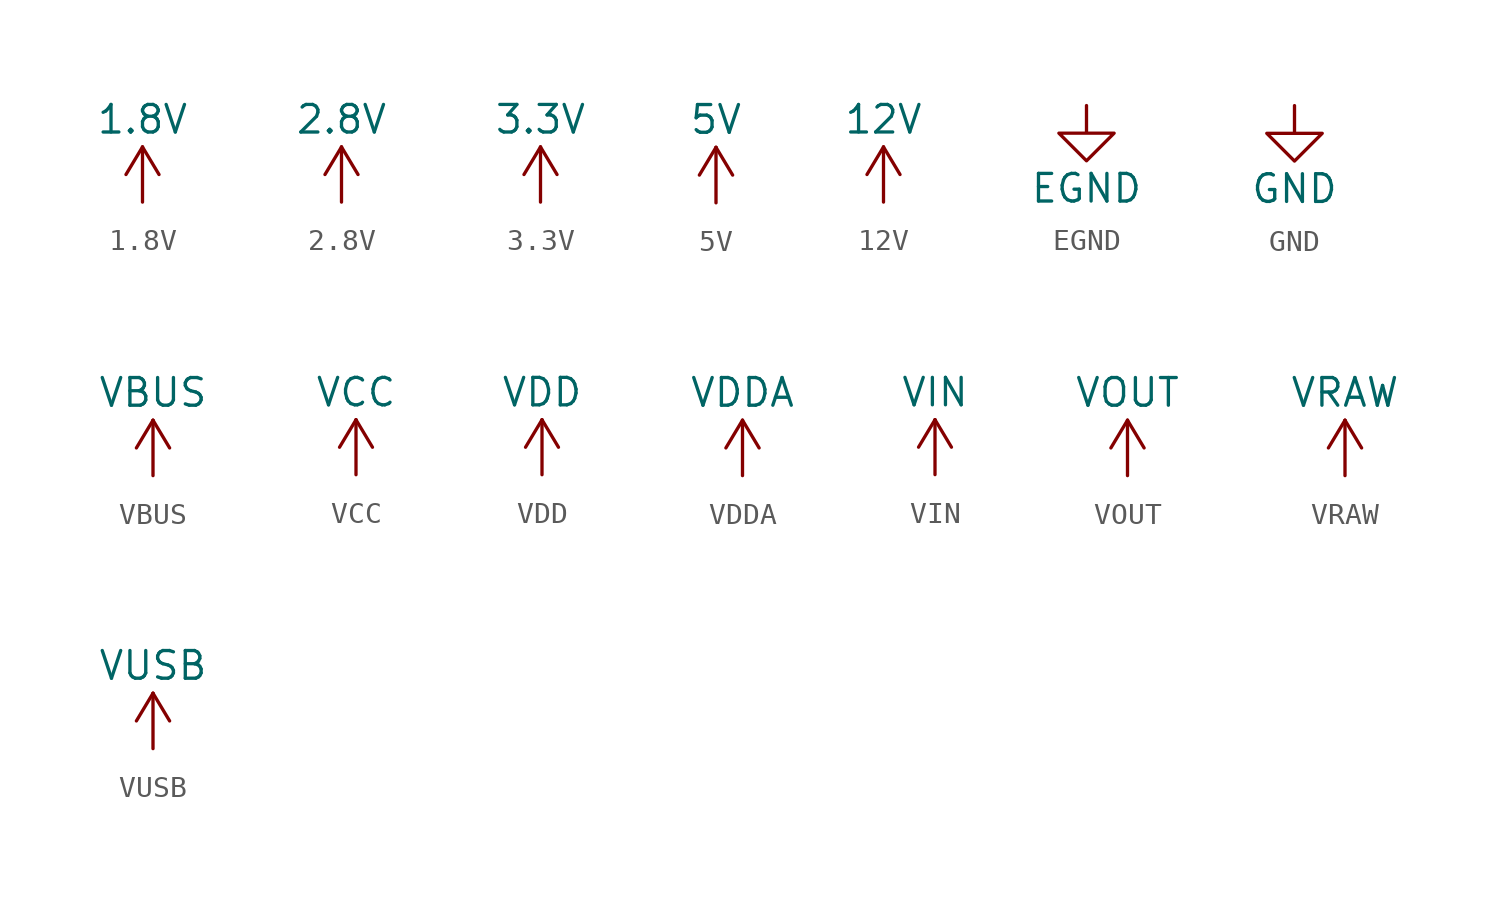
<source format=kicad_sym>
(kicad_symbol_lib
  (version 20241209)
  (generator "kicad_symbol_editor")
  (generator_version "9.0")
  (symbol "1.8V"
    (power)
    (pin_names
      (offset 0))
    (property "Reference" "#PWR"
      (at 0 -3.81 0)
      (effects (font (size 1.27 1.27)) (hide yes)))
    (property "Value" "1.8V"
      (at 0 3.81 0)
      (do_not_autoplace)
      (effects (font (size 1.27 1.27))))
    (symbol "1.8V_0_1"
      (polyline (pts (xy 0 2.54) (xy 0.762 1.27)) (stroke (width 0) (type default)) (fill (type none)))
      (polyline (pts (xy 0 0) (xy 0 2.54)) (stroke (width 0) (type default)) (fill (type none))))
    (symbol "1.8V_1_1"
      (polyline (pts (xy -0.762 1.27) (xy 0 2.54)) (stroke (width 0) (type default)) (fill (type none)))
      (pin power_in line (at 0 0 90) (length 0) (hide yes) (name "1.8V" (effects (font (size 1.27 1.27)))) (number "1" (effects (font (size 1.27 1.27)))))))
  (symbol "2.8V"
    (power)
    (pin_names
      (offset 0))
    (property "Reference" "#PWR"
      (at 0 -3.81 0)
      (effects (font (size 1.27 1.27)) (hide yes)))
    (property "Value" "2.8V"
      (at 0 3.81 0)
      (do_not_autoplace)
      (effects (font (size 1.27 1.27))))
    (symbol "2.8V_0_1"
      (polyline (pts (xy 0 2.54) (xy 0.762 1.27)) (stroke (width 0) (type default)) (fill (type none)))
      (polyline (pts (xy 0 0) (xy 0 2.54)) (stroke (width 0) (type default)) (fill (type none))))
    (symbol "2.8V_1_1"
      (polyline (pts (xy -0.762 1.27) (xy 0 2.54)) (stroke (width 0) (type default)) (fill (type none)))
      (pin power_in line (at 0 0 90) (length 0) (hide yes) (name "2.8V" (effects (font (size 1.27 1.27)))) (number "1" (effects (font (size 1.27 1.27)))))))
  (symbol "3.3V"
    (power)
    (pin_names
      (offset 0))
    (property "Reference" "#PWR"
      (at 0 -3.81 0)
      (effects (font (size 1.27 1.27)) (hide yes)))
    (property "Value" "3.3V"
      (at 0 3.81 0)
      (do_not_autoplace)
      (effects (font (size 1.27 1.27))))
    (symbol "3.3V_0_1"
      (polyline (pts (xy -0.762 1.27) (xy 0 2.54)) (stroke (width 0) (type default)) (fill (type none)))
      (polyline (pts (xy 0 2.54) (xy 0.762 1.27)) (stroke (width 0) (type default)) (fill (type none)))
      (polyline (pts (xy 0 0) (xy 0 2.54)) (stroke (width 0) (type default)) (fill (type none))))
    (symbol "3.3V_1_1"
      (pin power_in line (at 0 0 90) (length 0) (hide yes) (name "3.3V" (effects (font (size 1.27 1.27)))) (number "1" (effects (font (size 1.27 1.27)))))))
  (symbol "5V"
    (power)
    (pin_names
      (offset 0))
    (property "Reference" "#PWR"
      (at 0 -3.81 0)
      (effects (font (size 1.27 1.27)) (hide yes)))
    (property "Value" "5V"
      (at 0 3.81 0)
      (do_not_autoplace)
      (effects (font (size 1.27 1.27))))
    (symbol "5V_0_1"
      (polyline (pts (xy -0.762 1.27) (xy 0 2.54)) (stroke (width 0) (type default)) (fill (type none)))
      (polyline (pts (xy 0 2.54) (xy 0.762 1.27)) (stroke (width 0) (type default)) (fill (type none)))
      (polyline (pts (xy 0 0) (xy 0 2.54)) (stroke (width 0) (type default)) (fill (type none))))
    (symbol "5V_1_1"
      (pin power_in line (at 0 0 90) (length 0) (hide yes) (name "5V" (effects (font (size 1.27 1.27)))) (number "1" (effects (font (size 1.27 1.27)))))))
  (symbol "12V"
    (power)
    (pin_names
      (offset 0))
    (property "Reference" "#PWR"
      (at 0 -3.81 0)
      (effects (font (size 1.27 1.27)) (hide yes)))
    (property "Value" "12V"
      (at 0 3.81 0)
      (do_not_autoplace)
      (effects (font (size 1.27 1.27))))
    (symbol "12V_0_1"
      (polyline (pts (xy -0.762 1.27) (xy 0 2.54)) (stroke (width 0) (type default)) (fill (type none)))
      (polyline (pts (xy 0 2.54) (xy 0.762 1.27)) (stroke (width 0) (type default)) (fill (type none)))
      (polyline (pts (xy 0 0) (xy 0 2.54)) (stroke (width 0) (type default)) (fill (type none))))
    (symbol "12V_1_1"
      (pin power_in line (at 0 0 90) (length 0) (hide yes) (name "12V" (effects (font (size 1.27 1.27)))) (number "1" (effects (font (size 1.27 1.27)))))))
  (symbol "EGND"
    (power)
    (pin_names
      (offset 0))
    (property "Reference" "#PWR"
      (at 0 -6.35 0)
      (effects (font (size 1.27 1.27)) (hide yes)))
    (property "Value" "EGND"
      (at 0 -3.81 0)
      (do_not_autoplace)
      (effects (font (size 1.27 1.27))))
    (symbol "EGND_0_1"
      (polyline (pts (xy 0 0) (xy 0 -1.27) (xy 1.27 -1.27) (xy 0 -2.54) (xy -1.27 -1.27) (xy 0 -1.27)) (stroke (width 0) (type default)) (fill (type none))))
    (symbol "EGND_1_1"
      (pin power_in line (at 0 0 270) (length 0) (hide yes) (name "EGND" (effects (font (size 1.27 1.27)))) (number "1" (effects (font (size 1.27 1.27)))))))
  (symbol "GND"
    (power)
    (pin_names
      (offset 0))
    (property "Reference" "#PWR"
      (at 0 -6.35 0)
      (effects (font (size 1.27 1.27)) (hide yes)))
    (property "Value" "GND"
      (at 0 -3.81 0)
      (do_not_autoplace)
      (effects (font (size 1.27 1.27))))
    (symbol "GND_0_1"
      (polyline (pts (xy 0 0) (xy 0 -1.27) (xy 1.27 -1.27) (xy 0 -2.54) (xy -1.27 -1.27) (xy 0 -1.27)) (stroke (width 0) (type default)) (fill (type none))))
    (symbol "GND_1_1"
      (pin power_in line (at 0 0 270) (length 0) (hide yes) (name "GND" (effects (font (size 1.27 1.27)))) (number "1" (effects (font (size 1.27 1.27)))))))
  (symbol "VBUS"
    (power)
    (pin_names
      (offset 0))
    (property "Reference" "#PWR"
      (at 0 -3.81 0)
      (effects (font (size 1.27 1.27)) (hide yes)))
    (property "Value" "VBUS"
      (at 0 3.81 0)
      (do_not_autoplace)
      (effects (font (size 1.27 1.27))))
    (symbol "VBUS_0_1"
      (polyline (pts (xy -0.762 1.27) (xy 0 2.54)) (stroke (width 0) (type default)) (fill (type none)))
      (polyline (pts (xy 0 2.54) (xy 0.762 1.27)) (stroke (width 0) (type default)) (fill (type none)))
      (polyline (pts (xy 0 0) (xy 0 2.54)) (stroke (width 0) (type default)) (fill (type none))))
    (symbol "VBUS_1_1"
      (pin power_in line (at 0 0 90) (length 0) (hide yes) (name "VBUS" (effects (font (size 1.27 1.27)))) (number "1" (effects (font (size 1.27 1.27)))))))
  (symbol "VCC"
    (power)
    (pin_names
      (offset 0))
    (property "Reference" "#PWR"
      (at 0 -3.81 0)
      (effects (font (size 1.27 1.27)) (hide yes)))
    (property "Value" "VCC"
      (at 0 3.81 0)
      (do_not_autoplace)
      (effects (font (size 1.27 1.27))))
    (symbol "VCC_0_1"
      (polyline (pts (xy -0.762 1.27) (xy 0 2.54)) (stroke (width 0) (type default)) (fill (type none)))
      (polyline (pts (xy 0 2.54) (xy 0.762 1.27)) (stroke (width 0) (type default)) (fill (type none)))
      (polyline (pts (xy 0 0) (xy 0 2.54)) (stroke (width 0) (type default)) (fill (type none))))
    (symbol "VCC_1_1"
      (pin power_in line (at 0 0 90) (length 0) (hide yes) (name "VCC" (effects (font (size 1.27 1.27)))) (number "1" (effects (font (size 1.27 1.27)))))))
  (symbol "VDD"
    (power)
    (pin_names
      (offset 0))
    (property "Reference" "#PWR"
      (at 0 -3.81 0)
      (effects (font (size 1.27 1.27)) (hide yes)))
    (property "Value" "VDD"
      (at 0 3.81 0)
      (do_not_autoplace)
      (effects (font (size 1.27 1.27))))
    (symbol "VDD_0_1"
      (polyline (pts (xy -0.762 1.27) (xy 0 2.54)) (stroke (width 0) (type default)) (fill (type none)))
      (polyline (pts (xy 0 2.54) (xy 0.762 1.27)) (stroke (width 0) (type default)) (fill (type none)))
      (polyline (pts (xy 0 0) (xy 0 2.54)) (stroke (width 0) (type default)) (fill (type none))))
    (symbol "VDD_1_1"
      (pin power_in line (at 0 0 90) (length 0) (hide yes) (name "VDD" (effects (font (size 1.27 1.27)))) (number "1" (effects (font (size 1.27 1.27)))))))
  (symbol "VDDA"
    (power)
    (pin_names
      (offset 0))
    (property "Reference" "#PWR"
      (at 0 -3.81 0)
      (effects (font (size 1.27 1.27)) (hide yes)))
    (property "Value" "VDDA"
      (at 0 3.81 0)
      (do_not_autoplace)
      (effects (font (size 1.27 1.27))))
    (symbol "VDDA_0_1"
      (polyline (pts (xy -0.762 1.27) (xy 0 2.54)) (stroke (width 0) (type default)) (fill (type none)))
      (polyline (pts (xy 0 2.54) (xy 0.762 1.27)) (stroke (width 0) (type default)) (fill (type none)))
      (polyline (pts (xy 0 0) (xy 0 2.54)) (stroke (width 0) (type default)) (fill (type none))))
    (symbol "VDDA_1_1"
      (pin power_in line (at 0 0 90) (length 0) (hide yes) (name "VDDA" (effects (font (size 1.27 1.27)))) (number "1" (effects (font (size 1.27 1.27)))))))
  (symbol "VIN"
    (power)
    (pin_names
      (offset 0))
    (property "Reference" "#PWR"
      (at 0 -3.81 0)
      (effects (font (size 1.27 1.27)) (hide yes)))
    (property "Value" "VIN"
      (at 0 3.81 0)
      (do_not_autoplace)
      (effects (font (size 1.27 1.27))))
    (symbol "VIN_0_1"
      (polyline (pts (xy -0.762 1.27) (xy 0 2.54)) (stroke (width 0) (type default)) (fill (type none)))
      (polyline (pts (xy 0 2.54) (xy 0.762 1.27)) (stroke (width 0) (type default)) (fill (type none)))
      (polyline (pts (xy 0 0) (xy 0 2.54)) (stroke (width 0) (type default)) (fill (type none))))
    (symbol "VIN_1_1"
      (pin power_in line (at 0 0 90) (length 0) (hide yes) (name "VIN" (effects (font (size 1.27 1.27)))) (number "1" (effects (font (size 1.27 1.27)))))))
  (symbol "VOUT"
    (power)
    (pin_names
      (offset 0))
    (property "Reference" "#PWR"
      (at 0 -3.81 0)
      (effects (font (size 1.27 1.27)) (hide yes)))
    (property "Value" "VOUT"
      (at 0 3.81 0)
      (do_not_autoplace)
      (effects (font (size 1.27 1.27))))
    (symbol "VOUT_0_1"
      (polyline (pts (xy -0.762 1.27) (xy 0 2.54)) (stroke (width 0) (type default)) (fill (type none)))
      (polyline (pts (xy 0 2.54) (xy 0.762 1.27)) (stroke (width 0) (type default)) (fill (type none)))
      (polyline (pts (xy 0 0) (xy 0 2.54)) (stroke (width 0) (type default)) (fill (type none))))
    (symbol "VOUT_1_1"
      (pin power_in line (at 0 0 90) (length 0) (hide yes) (name "VOUT" (effects (font (size 1.27 1.27)))) (number "1" (effects (font (size 1.27 1.27)))))))
  (symbol "VRAW"
    (power)
    (pin_names
      (offset 0))
    (property "Reference" "#PWR"
      (at 0 -3.81 0)
      (effects (font (size 1.27 1.27)) (hide yes)))
    (property "Value" "VRAW"
      (at 0 3.81 0)
      (do_not_autoplace)
      (effects (font (size 1.27 1.27))))
    (symbol "VRAW_0_1"
      (polyline (pts (xy -0.762 1.27) (xy 0 2.54)) (stroke (width 0) (type default)) (fill (type none)))
      (polyline (pts (xy 0 2.54) (xy 0.762 1.27)) (stroke (width 0) (type default)) (fill (type none)))
      (polyline (pts (xy 0 0) (xy 0 2.54)) (stroke (width 0) (type default)) (fill (type none))))
    (symbol "VRAW_1_1"
      (pin power_in line (at 0 0 90) (length 0) (hide yes) (name "VRAW" (effects (font (size 1.27 1.27)))) (number "1" (effects (font (size 1.27 1.27)))))))
  (symbol "VUSB"
    (power)
    (pin_names
      (offset 0))
    (property "Reference" "#PWR"
      (at 0 -3.81 0)
      (effects (font (size 1.27 1.27)) (hide yes)))
    (property "Value" "VUSB"
      (at 0 3.81 0)
      (do_not_autoplace)
      (effects (font (size 1.27 1.27))))
    (symbol "VUSB_0_1"
      (polyline (pts (xy -0.762 1.27) (xy 0 2.54)) (stroke (width 0) (type default)) (fill (type none)))
      (polyline (pts (xy 0 2.54) (xy 0.762 1.27)) (stroke (width 0) (type default)) (fill (type none)))
      (polyline (pts (xy 0 0) (xy 0 2.54)) (stroke (width 0) (type default)) (fill (type none))))
    (symbol "VUSB_1_1"
      (pin power_in line (at 0 0 90) (length 0) (hide yes) (name "VUSB" (effects (font (size 1.27 1.27)))) (number "1" (effects (font (size 1.27 1.27))))))))
</source>
